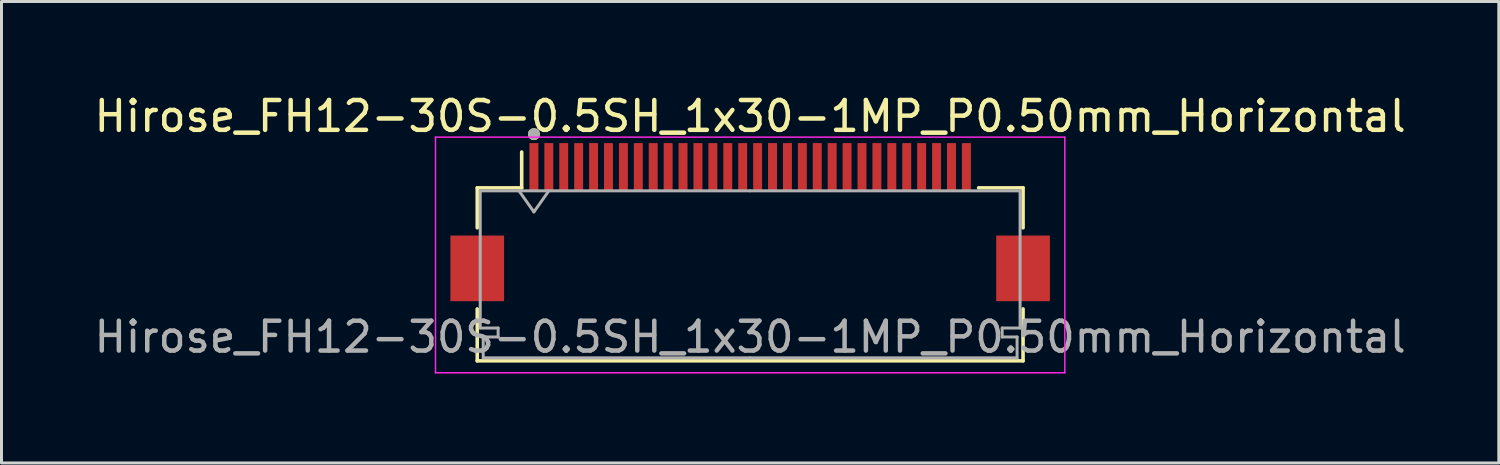
<source format=kicad_pcb>
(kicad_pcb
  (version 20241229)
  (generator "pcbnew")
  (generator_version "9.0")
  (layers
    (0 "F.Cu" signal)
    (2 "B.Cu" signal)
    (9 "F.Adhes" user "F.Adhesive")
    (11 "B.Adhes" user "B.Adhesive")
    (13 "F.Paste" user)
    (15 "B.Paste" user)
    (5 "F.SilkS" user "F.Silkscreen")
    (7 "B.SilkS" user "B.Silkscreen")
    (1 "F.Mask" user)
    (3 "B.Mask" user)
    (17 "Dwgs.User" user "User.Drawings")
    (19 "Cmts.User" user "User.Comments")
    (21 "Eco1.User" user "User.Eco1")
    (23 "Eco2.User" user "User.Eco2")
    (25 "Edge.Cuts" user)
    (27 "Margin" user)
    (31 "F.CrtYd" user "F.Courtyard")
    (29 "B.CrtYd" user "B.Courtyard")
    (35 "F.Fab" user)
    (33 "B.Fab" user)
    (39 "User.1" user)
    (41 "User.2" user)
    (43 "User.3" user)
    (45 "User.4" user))
  (footprint "Hirose_FH12-30S-0.5SH_1x30-1MP_P0.50mm_Horizontal"
    (layer "F.Cu")
    (at 22.101 4.548)
    (property "Reference" "Hirose_FH12-30S-0.5SH_1x30-1MP_P0.50mm_Horizontal" (at 0 -3.7 0) (layer "F.SilkS") (effects (font (size 1 1) (thickness 0.15))))
    (attr smd)
    (fp_line (start -9.15 -1.3) (end -9.15 0.04) (stroke (width 0.12) (type solid)) (layer "F.SilkS"))
    (fp_line (start -9.15 2.76) (end -9.15 4.5) (stroke (width 0.12) (type solid)) (layer "F.SilkS"))
    (fp_line (start -9.15 4.5) (end 9.15 4.5) (stroke (width 0.12) (type solid)) (layer "F.SilkS"))
    (fp_line (start -7.66 -1.3) (end -9.15 -1.3) (stroke (width 0.12) (type solid)) (layer "F.SilkS"))
    (fp_line (start -7.66 -1.3) (end -7.66 -2.5) (stroke (width 0.12) (type solid)) (layer "F.SilkS"))
    (fp_line (start 7.66 -1.3) (end 9.15 -1.3) (stroke (width 0.12) (type solid)) (layer "F.SilkS"))
    (fp_line (start 9.15 -1.3) (end 9.15 0.04) (stroke (width 0.12) (type solid)) (layer "F.SilkS"))
    (fp_line (start 9.15 4.5) (end 9.15 2.76) (stroke (width 0.12) (type solid)) (layer "F.SilkS"))
    (fp_circle (center -7.25 -3.1) (end -7.15 -3.1) (stroke (width 0.2) (type solid)) (fill no) (layer "F.SilkS"))
    (fp_line (start -10.55 -3) (end -10.55 4.9) (stroke (width 0.05) (type solid)) (layer "F.CrtYd"))
    (fp_line (start -10.55 4.9) (end 10.55 4.9) (stroke (width 0.05) (type solid)) (layer "F.CrtYd"))
    (fp_line (start 10.55 -3) (end -10.55 -3) (stroke (width 0.05) (type solid)) (layer "F.CrtYd"))
    (fp_line (start 10.55 4.9) (end 10.55 -3) (stroke (width 0.05) (type solid)) (layer "F.CrtYd"))
    (fp_line (start -9.05 -1.2) (end -9.05 3.4) (stroke (width 0.1) (type solid)) (layer "F.Fab"))
    (fp_line (start -9.05 3.4) (end -8.45 3.4) (stroke (width 0.1) (type solid)) (layer "F.Fab"))
    (fp_line (start -8.95 3.7) (end -8.95 4.4) (stroke (width 0.1) (type solid)) (layer "F.Fab"))
    (fp_line (start -8.95 4.4) (end 0 4.4) (stroke (width 0.1) (type solid)) (layer "F.Fab"))
    (fp_line (start -8.45 3.4) (end -8.45 3.7) (stroke (width 0.1) (type solid)) (layer "F.Fab"))
    (fp_line (start -8.45 3.7) (end -8.95 3.7) (stroke (width 0.1) (type solid)) (layer "F.Fab"))
    (fp_line (start -7.75 -1.2) (end -7.25 -0.493) (stroke (width 0.1) (type solid)) (layer "F.Fab"))
    (fp_line (start -7.25 -0.493) (end -6.75 -1.2) (stroke (width 0.1) (type solid)) (layer "F.Fab"))
    (fp_line (start 0 -1.2) (end -9.05 -1.2) (stroke (width 0.1) (type solid)) (layer "F.Fab"))
    (fp_line (start 0 -1.2) (end 9.05 -1.2) (stroke (width 0.1) (type solid)) (layer "F.Fab"))
    (fp_line (start 8.45 3.4) (end 8.45 3.7) (stroke (width 0.1) (type solid)) (layer "F.Fab"))
    (fp_line (start 8.45 3.7) (end 8.95 3.7) (stroke (width 0.1) (type solid)) (layer "F.Fab"))
    (fp_line (start 8.95 3.7) (end 8.95 4.4) (stroke (width 0.1) (type solid)) (layer "F.Fab"))
    (fp_line (start 8.95 4.4) (end 0 4.4) (stroke (width 0.1) (type solid)) (layer "F.Fab"))
    (fp_line (start 9.05 -1.2) (end 9.05 3.4) (stroke (width 0.1) (type solid)) (layer "F.Fab"))
    (fp_line (start 9.05 3.4) (end 8.45 3.4) (stroke (width 0.1) (type solid)) (layer "F.Fab"))
    (fp_circle (center -7.25 -3.1) (end -7.15 -3.1) (stroke (width 0.2) (type solid)) (fill no) (layer "F.Fab"))
    (fp_text user "${REFERENCE}" (at 0 3.7 0) (layer "F.Fab") (effects (font (size 1 1) (thickness 0.15))))
    (pad "1" smd rect (at -7.25 -2) (size 0.3 1.6) (layers "F.Cu" "F.Mask" "F.Paste"))
    (pad "2" smd rect (at -6.75 -2) (size 0.3 1.6) (layers "F.Cu" "F.Mask" "F.Paste"))
    (pad "3" smd rect (at -6.25 -2) (size 0.3 1.6) (layers "F.Cu" "F.Mask" "F.Paste"))
    (pad "4" smd rect (at -5.75 -2) (size 0.3 1.6) (layers "F.Cu" "F.Mask" "F.Paste"))
    (pad "5" smd rect (at -5.25 -2) (size 0.3 1.6) (layers "F.Cu" "F.Mask" "F.Paste"))
    (pad "6" smd rect (at -4.75 -2) (size 0.3 1.6) (layers "F.Cu" "F.Mask" "F.Paste"))
    (pad "7" smd rect (at -4.25 -2) (size 0.3 1.6) (layers "F.Cu" "F.Mask" "F.Paste"))
    (pad "8" smd rect (at -3.75 -2) (size 0.3 1.6) (layers "F.Cu" "F.Mask" "F.Paste"))
    (pad "9" smd rect (at -3.25 -2) (size 0.3 1.6) (layers "F.Cu" "F.Mask" "F.Paste"))
    (pad "10" smd rect (at -2.75 -2) (size 0.3 1.6) (layers "F.Cu" "F.Mask" "F.Paste"))
    (pad "11" smd rect (at -2.25 -2) (size 0.3 1.6) (layers "F.Cu" "F.Mask" "F.Paste"))
    (pad "12" smd rect (at -1.75 -2) (size 0.3 1.6) (layers "F.Cu" "F.Mask" "F.Paste"))
    (pad "13" smd rect (at -1.25 -2) (size 0.3 1.6) (layers "F.Cu" "F.Mask" "F.Paste"))
    (pad "14" smd rect (at -0.75 -2) (size 0.3 1.6) (layers "F.Cu" "F.Mask" "F.Paste"))
    (pad "15" smd rect (at -0.25 -2) (size 0.3 1.6) (layers "F.Cu" "F.Mask" "F.Paste"))
    (pad "16" smd rect (at 0.25 -2) (size 0.3 1.6) (layers "F.Cu" "F.Mask" "F.Paste"))
    (pad "17" smd rect (at 0.75 -2) (size 0.3 1.6) (layers "F.Cu" "F.Mask" "F.Paste"))
    (pad "18" smd rect (at 1.25 -2) (size 0.3 1.6) (layers "F.Cu" "F.Mask" "F.Paste"))
    (pad "19" smd rect (at 1.75 -2) (size 0.3 1.6) (layers "F.Cu" "F.Mask" "F.Paste"))
    (pad "20" smd rect (at 2.25 -2) (size 0.3 1.6) (layers "F.Cu" "F.Mask" "F.Paste"))
    (pad "21" smd rect (at 2.75 -2) (size 0.3 1.6) (layers "F.Cu" "F.Mask" "F.Paste"))
    (pad "22" smd rect (at 3.25 -2) (size 0.3 1.6) (layers "F.Cu" "F.Mask" "F.Paste"))
    (pad "23" smd rect (at 3.75 -2) (size 0.3 1.6) (layers "F.Cu" "F.Mask" "F.Paste"))
    (pad "24" smd rect (at 4.25 -2) (size 0.3 1.6) (layers "F.Cu" "F.Mask" "F.Paste"))
    (pad "25" smd rect (at 4.75 -2) (size 0.3 1.6) (layers "F.Cu" "F.Mask" "F.Paste"))
    (pad "26" smd rect (at 5.25 -2) (size 0.3 1.6) (layers "F.Cu" "F.Mask" "F.Paste"))
    (pad "27" smd rect (at 5.75 -2) (size 0.3 1.6) (layers "F.Cu" "F.Mask" "F.Paste"))
    (pad "28" smd rect (at 6.25 -2) (size 0.3 1.6) (layers "F.Cu" "F.Mask" "F.Paste"))
    (pad "29" smd rect (at 6.75 -2) (size 0.3 1.6) (layers "F.Cu" "F.Mask" "F.Paste"))
    (pad "30" smd rect (at 7.25 -2) (size 0.3 1.6) (layers "F.Cu" "F.Mask" "F.Paste"))
    (pad "MP" smd rect (at -9.15 1.4) (size 1.8 2.2) (layers "F.Cu" "F.Mask" "F.Paste"))
    (pad "MP" smd rect (at 9.15 1.4) (size 1.8 2.2) (layers "F.Cu" "F.Mask" "F.Paste")))
  (gr_rect
    (start -3 -3)
    (end 47.202 12.473)
    (stroke (width 0.1) (type default))
    (fill no)
    (layer "Edge.Cuts")))
</source>
